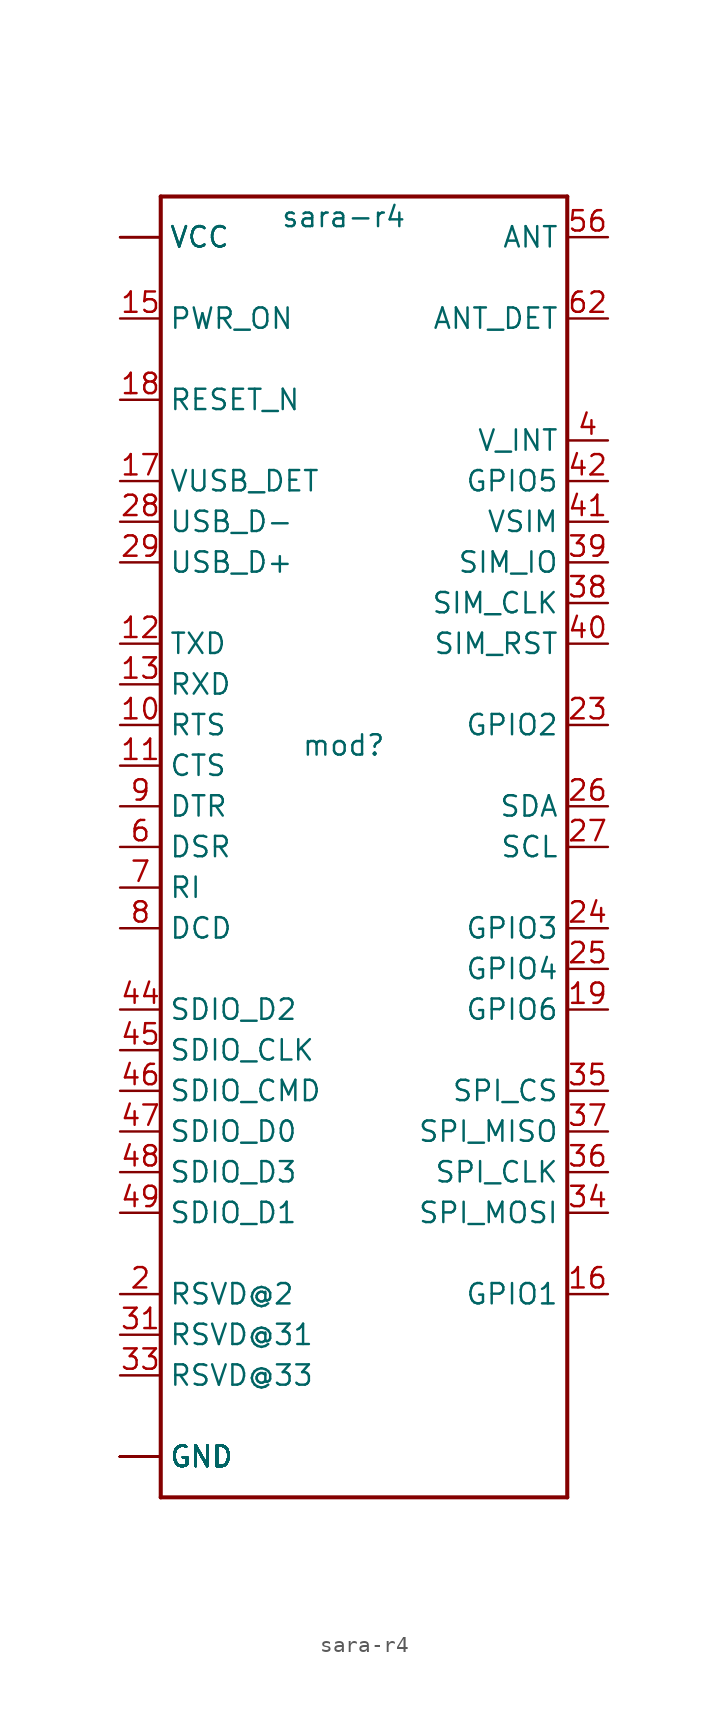
<source format=kicad_sym>
(kicad_symbol_lib
  (version 20201005)
  (generator kicad_symbol_editor)
  (symbol "modulles:sara-r4"
    (property "Reference" "mod"
      (at 0 0 0)
      (effects (font (size 1.27 1.27))))
    (property "Value" "sara-r4"
      (at 0 33.02 0)
      (effects (font (size 1.27 1.27))))
    (symbol "sara-r4_1_0"
      (polyline (pts (xy -11.43 -46.99) (xy 13.97 -46.99)) (stroke (width 0.254)) (fill (type none)))
      (polyline (pts (xy -11.43 34.29) (xy -11.43 -46.99)) (stroke (width 0.254)) (fill (type none)))
      (polyline (pts (xy 13.97 -46.99) (xy 13.97 34.29)) (stroke (width 0.254)) (fill (type none)))
      (polyline (pts (xy 13.97 34.29) (xy -11.43 34.29)) (stroke (width 0.254)) (fill (type none)))
      (pin bidirectional line (at -13.97 -44.45 0) (length 2.54) (name "GND" (effects (font (size 1.27 1.27)))) (number "1" (effects (font (size 0 0)))))
      (pin bidirectional line (at -13.97 1.27 0) (length 2.54) (name "RTS" (effects (font (size 1.27 1.27)))) (number "10" (effects (font (size 1.27 1.27)))))
      (pin bidirectional line (at -13.97 -1.27 0) (length 2.54) (name "CTS" (effects (font (size 1.27 1.27)))) (number "11" (effects (font (size 1.27 1.27)))))
      (pin bidirectional line (at -13.97 6.35 0) (length 2.54) (name "TXD" (effects (font (size 1.27 1.27)))) (number "12" (effects (font (size 1.27 1.27)))))
      (pin bidirectional line (at -13.97 3.81 0) (length 2.54) (name "RXD" (effects (font (size 1.27 1.27)))) (number "13" (effects (font (size 1.27 1.27)))))
      (pin bidirectional line (at -13.97 -44.45 0) (length 2.54) (name "GND" (effects (font (size 1.27 1.27)))) (number "14" (effects (font (size 0 0)))))
      (pin bidirectional line (at -13.97 26.67 0) (length 2.54) (name "PWR_ON" (effects (font (size 1.27 1.27)))) (number "15" (effects (font (size 1.27 1.27)))))
      (pin bidirectional line (at 16.51 -34.29 180) (length 2.54) (name "GPIO1" (effects (font (size 1.27 1.27)))) (number "16" (effects (font (size 1.27 1.27)))))
      (pin bidirectional line (at -13.97 16.51 0) (length 2.54) (name "VUSB_DET" (effects (font (size 1.27 1.27)))) (number "17" (effects (font (size 1.27 1.27)))))
      (pin bidirectional line (at -13.97 21.59 0) (length 2.54) (name "RESET_N" (effects (font (size 1.27 1.27)))) (number "18" (effects (font (size 1.27 1.27)))))
      (pin bidirectional line (at 16.51 -16.51 180) (length 2.54) (name "GPIO6" (effects (font (size 1.27 1.27)))) (number "19" (effects (font (size 1.27 1.27)))))
      (pin bidirectional line (at -13.97 -34.29 0) (length 2.54) (name "RSVD@2" (effects (font (size 1.27 1.27)))) (number "2" (effects (font (size 1.27 1.27)))))
      (pin bidirectional line (at -13.97 -44.45 0) (length 2.54) (name "GND" (effects (font (size 1.27 1.27)))) (number "20" (effects (font (size 0 0)))))
      (pin bidirectional line (at -13.97 -44.45 0) (length 2.54) (name "GND" (effects (font (size 1.27 1.27)))) (number "21" (effects (font (size 0 0)))))
      (pin bidirectional line (at -13.97 -44.45 0) (length 2.54) (name "GND" (effects (font (size 1.27 1.27)))) (number "22" (effects (font (size 0 0)))))
      (pin bidirectional line (at 16.51 1.27 180) (length 2.54) (name "GPIO2" (effects (font (size 1.27 1.27)))) (number "23" (effects (font (size 1.27 1.27)))))
      (pin bidirectional line (at 16.51 -11.43 180) (length 2.54) (name "GPIO3" (effects (font (size 1.27 1.27)))) (number "24" (effects (font (size 1.27 1.27)))))
      (pin bidirectional line (at 16.51 -13.97 180) (length 2.54) (name "GPIO4" (effects (font (size 1.27 1.27)))) (number "25" (effects (font (size 1.27 1.27)))))
      (pin bidirectional line (at 16.51 -3.81 180) (length 2.54) (name "SDA" (effects (font (size 1.27 1.27)))) (number "26" (effects (font (size 1.27 1.27)))))
      (pin bidirectional line (at 16.51 -6.35 180) (length 2.54) (name "SCL" (effects (font (size 1.27 1.27)))) (number "27" (effects (font (size 1.27 1.27)))))
      (pin bidirectional line (at -13.97 13.97 0) (length 2.54) (name "USB_D-" (effects (font (size 1.27 1.27)))) (number "28" (effects (font (size 1.27 1.27)))))
      (pin bidirectional line (at -13.97 11.43 0) (length 2.54) (name "USB_D+" (effects (font (size 1.27 1.27)))) (number "29" (effects (font (size 1.27 1.27)))))
      (pin bidirectional line (at -13.97 -44.45 0) (length 2.54) (name "GND" (effects (font (size 1.27 1.27)))) (number "3" (effects (font (size 0 0)))))
      (pin bidirectional line (at -13.97 -44.45 0) (length 2.54) (name "GND" (effects (font (size 1.27 1.27)))) (number "30" (effects (font (size 0 0)))))
      (pin bidirectional line (at -13.97 -36.83 0) (length 2.54) (name "RSVD@31" (effects (font (size 1.27 1.27)))) (number "31" (effects (font (size 1.27 1.27)))))
      (pin bidirectional line (at -13.97 -44.45 0) (length 2.54) (name "GND" (effects (font (size 1.27 1.27)))) (number "32" (effects (font (size 0 0)))))
      (pin bidirectional line (at -13.97 -39.37 0) (length 2.54) (name "RSVD@33" (effects (font (size 1.27 1.27)))) (number "33" (effects (font (size 1.27 1.27)))))
      (pin bidirectional line (at 16.51 -29.21 180) (length 2.54) (name "SPI_MOSI" (effects (font (size 1.27 1.27)))) (number "34" (effects (font (size 1.27 1.27)))))
      (pin bidirectional line (at 16.51 -21.59 180) (length 2.54) (name "SPI_CS" (effects (font (size 1.27 1.27)))) (number "35" (effects (font (size 1.27 1.27)))))
      (pin bidirectional line (at 16.51 -26.67 180) (length 2.54) (name "SPI_CLK" (effects (font (size 1.27 1.27)))) (number "36" (effects (font (size 1.27 1.27)))))
      (pin bidirectional line (at 16.51 -24.13 180) (length 2.54) (name "SPI_MISO" (effects (font (size 1.27 1.27)))) (number "37" (effects (font (size 1.27 1.27)))))
      (pin bidirectional line (at 16.51 8.89 180) (length 2.54) (name "SIM_CLK" (effects (font (size 1.27 1.27)))) (number "38" (effects (font (size 1.27 1.27)))))
      (pin bidirectional line (at 16.51 11.43 180) (length 2.54) (name "SIM_IO" (effects (font (size 1.27 1.27)))) (number "39" (effects (font (size 1.27 1.27)))))
      (pin bidirectional line (at 16.51 19.05 180) (length 2.54) (name "V_INT" (effects (font (size 1.27 1.27)))) (number "4" (effects (font (size 1.27 1.27)))))
      (pin bidirectional line (at 16.51 6.35 180) (length 2.54) (name "SIM_RST" (effects (font (size 1.27 1.27)))) (number "40" (effects (font (size 1.27 1.27)))))
      (pin bidirectional line (at 16.51 13.97 180) (length 2.54) (name "VSIM" (effects (font (size 1.27 1.27)))) (number "41" (effects (font (size 1.27 1.27)))))
      (pin bidirectional line (at 16.51 16.51 180) (length 2.54) (name "GPIO5" (effects (font (size 1.27 1.27)))) (number "42" (effects (font (size 1.27 1.27)))))
      (pin bidirectional line (at -13.97 -44.45 0) (length 2.54) (name "GND" (effects (font (size 1.27 1.27)))) (number "43" (effects (font (size 0 0)))))
      (pin bidirectional line (at -13.97 -16.51 0) (length 2.54) (name "SDIO_D2" (effects (font (size 1.27 1.27)))) (number "44" (effects (font (size 1.27 1.27)))))
      (pin bidirectional line (at -13.97 -19.05 0) (length 2.54) (name "SDIO_CLK" (effects (font (size 1.27 1.27)))) (number "45" (effects (font (size 1.27 1.27)))))
      (pin bidirectional line (at -13.97 -21.59 0) (length 2.54) (name "SDIO_CMD" (effects (font (size 1.27 1.27)))) (number "46" (effects (font (size 1.27 1.27)))))
      (pin bidirectional line (at -13.97 -24.13 0) (length 2.54) (name "SDIO_D0" (effects (font (size 1.27 1.27)))) (number "47" (effects (font (size 1.27 1.27)))))
      (pin bidirectional line (at -13.97 -26.67 0) (length 2.54) (name "SDIO_D3" (effects (font (size 1.27 1.27)))) (number "48" (effects (font (size 1.27 1.27)))))
      (pin bidirectional line (at -13.97 -29.21 0) (length 2.54) (name "SDIO_D1" (effects (font (size 1.27 1.27)))) (number "49" (effects (font (size 1.27 1.27)))))
      (pin bidirectional line (at -13.97 -44.45 0) (length 2.54) (name "GND" (effects (font (size 1.27 1.27)))) (number "5" (effects (font (size 0 0)))))
      (pin bidirectional line (at -13.97 -44.45 0) (length 2.54) (name "GND" (effects (font (size 1.27 1.27)))) (number "50" (effects (font (size 0 0)))))
      (pin bidirectional line (at -13.97 31.75 0) (length 2.54) (name "VCC" (effects (font (size 1.27 1.27)))) (number "51" (effects (font (size 0 0)))))
      (pin bidirectional line (at -13.97 31.75 0) (length 2.54) (name "VCC" (effects (font (size 1.27 1.27)))) (number "52" (effects (font (size 0 0)))))
      (pin bidirectional line (at -13.97 31.75 0) (length 2.54) (name "VCC" (effects (font (size 1.27 1.27)))) (number "53" (effects (font (size 0 0)))))
      (pin bidirectional line (at -13.97 -44.45 0) (length 2.54) (name "GND" (effects (font (size 1.27 1.27)))) (number "54" (effects (font (size 0 0)))))
      (pin bidirectional line (at -13.97 -44.45 0) (length 2.54) (name "GND" (effects (font (size 1.27 1.27)))) (number "55" (effects (font (size 0 0)))))
      (pin bidirectional line (at 16.51 31.75 180) (length 2.54) (name "ANT" (effects (font (size 1.27 1.27)))) (number "56" (effects (font (size 1.27 1.27)))))
      (pin bidirectional line (at -13.97 -44.45 0) (length 2.54) (name "GND" (effects (font (size 1.27 1.27)))) (number "57" (effects (font (size 0 0)))))
      (pin bidirectional line (at -13.97 -44.45 0) (length 2.54) (name "GND" (effects (font (size 1.27 1.27)))) (number "58" (effects (font (size 0 0)))))
      (pin bidirectional line (at -13.97 -44.45 0) (length 2.54) (name "GND" (effects (font (size 1.27 1.27)))) (number "59" (effects (font (size 0 0)))))
      (pin bidirectional line (at -13.97 -6.35 0) (length 2.54) (name "DSR" (effects (font (size 1.27 1.27)))) (number "6" (effects (font (size 1.27 1.27)))))
      (pin bidirectional line (at -13.97 -44.45 0) (length 2.54) (name "GND" (effects (font (size 1.27 1.27)))) (number "60" (effects (font (size 0 0)))))
      (pin bidirectional line (at -13.97 -44.45 0) (length 2.54) (name "GND" (effects (font (size 1.27 1.27)))) (number "61" (effects (font (size 0 0)))))
      (pin bidirectional line (at 16.51 26.67 180) (length 2.54) (name "ANT_DET" (effects (font (size 1.27 1.27)))) (number "62" (effects (font (size 1.27 1.27)))))
      (pin bidirectional line (at -13.97 -44.45 0) (length 2.54) (name "GND" (effects (font (size 1.27 1.27)))) (number "63" (effects (font (size 0 0)))))
      (pin bidirectional line (at -13.97 -44.45 0) (length 2.54) (name "GND" (effects (font (size 1.27 1.27)))) (number "64" (effects (font (size 0 0)))))
      (pin bidirectional line (at -13.97 -44.45 0) (length 2.54) (name "GND" (effects (font (size 1.27 1.27)))) (number "65" (effects (font (size 0 0)))))
      (pin bidirectional line (at -13.97 -44.45 0) (length 2.54) (name "GND" (effects (font (size 1.27 1.27)))) (number "66" (effects (font (size 0 0)))))
      (pin bidirectional line (at -13.97 -44.45 0) (length 2.54) (name "GND" (effects (font (size 1.27 1.27)))) (number "67" (effects (font (size 0 0)))))
      (pin bidirectional line (at -13.97 -44.45 0) (length 2.54) (name "GND" (effects (font (size 1.27 1.27)))) (number "68" (effects (font (size 0 0)))))
      (pin bidirectional line (at -13.97 -44.45 0) (length 2.54) (name "GND" (effects (font (size 1.27 1.27)))) (number "69" (effects (font (size 0 0)))))
      (pin bidirectional line (at -13.97 -8.89 0) (length 2.54) (name "RI" (effects (font (size 1.27 1.27)))) (number "7" (effects (font (size 1.27 1.27)))))
      (pin bidirectional line (at -13.97 -44.45 0) (length 2.54) (name "GND" (effects (font (size 1.27 1.27)))) (number "70" (effects (font (size 0 0)))))
      (pin bidirectional line (at -13.97 -44.45 0) (length 2.54) (name "GND" (effects (font (size 1.27 1.27)))) (number "71" (effects (font (size 0 0)))))
      (pin bidirectional line (at -13.97 -44.45 0) (length 2.54) (name "GND" (effects (font (size 1.27 1.27)))) (number "72" (effects (font (size 0 0)))))
      (pin bidirectional line (at -13.97 -44.45 0) (length 2.54) (name "GND" (effects (font (size 1.27 1.27)))) (number "73" (effects (font (size 0 0)))))
      (pin bidirectional line (at -13.97 -44.45 0) (length 2.54) (name "GND" (effects (font (size 1.27 1.27)))) (number "74" (effects (font (size 0 0)))))
      (pin bidirectional line (at -13.97 -44.45 0) (length 2.54) (name "GND" (effects (font (size 1.27 1.27)))) (number "75" (effects (font (size 0 0)))))
      (pin bidirectional line (at -13.97 -44.45 0) (length 2.54) (name "GND" (effects (font (size 1.27 1.27)))) (number "76" (effects (font (size 0 0)))))
      (pin bidirectional line (at -13.97 -44.45 0) (length 2.54) (name "GND" (effects (font (size 1.27 1.27)))) (number "77" (effects (font (size 0 0)))))
      (pin bidirectional line (at -13.97 -44.45 0) (length 2.54) (name "GND" (effects (font (size 1.27 1.27)))) (number "78" (effects (font (size 0 0)))))
      (pin bidirectional line (at -13.97 -44.45 0) (length 2.54) (name "GND" (effects (font (size 1.27 1.27)))) (number "79" (effects (font (size 0 0)))))
      (pin bidirectional line (at -13.97 -11.43 0) (length 2.54) (name "DCD" (effects (font (size 1.27 1.27)))) (number "8" (effects (font (size 1.27 1.27)))))
      (pin bidirectional line (at -13.97 -44.45 0) (length 2.54) (name "GND" (effects (font (size 1.27 1.27)))) (number "80" (effects (font (size 0 0)))))
      (pin bidirectional line (at -13.97 -44.45 0) (length 2.54) (name "GND" (effects (font (size 1.27 1.27)))) (number "81" (effects (font (size 0 0)))))
      (pin bidirectional line (at -13.97 -44.45 0) (length 2.54) (name "GND" (effects (font (size 1.27 1.27)))) (number "82" (effects (font (size 0 0)))))
      (pin bidirectional line (at -13.97 -44.45 0) (length 2.54) (name "GND" (effects (font (size 1.27 1.27)))) (number "83" (effects (font (size 0 0)))))
      (pin bidirectional line (at -13.97 -44.45 0) (length 2.54) (name "GND" (effects (font (size 1.27 1.27)))) (number "84" (effects (font (size 0 0)))))
      (pin bidirectional line (at -13.97 -44.45 0) (length 2.54) (name "GND" (effects (font (size 1.27 1.27)))) (number "85" (effects (font (size 0 0)))))
      (pin bidirectional line (at -13.97 -44.45 0) (length 2.54) (name "GND" (effects (font (size 1.27 1.27)))) (number "86" (effects (font (size 0 0)))))
      (pin bidirectional line (at -13.97 -44.45 0) (length 2.54) (name "GND" (effects (font (size 1.27 1.27)))) (number "87" (effects (font (size 0 0)))))
      (pin bidirectional line (at -13.97 -44.45 0) (length 2.54) (name "GND" (effects (font (size 1.27 1.27)))) (number "88" (effects (font (size 0 0)))))
      (pin bidirectional line (at -13.97 -44.45 0) (length 2.54) (name "GND" (effects (font (size 1.27 1.27)))) (number "89" (effects (font (size 0 0)))))
      (pin bidirectional line (at -13.97 -3.81 0) (length 2.54) (name "DTR" (effects (font (size 1.27 1.27)))) (number "9" (effects (font (size 1.27 1.27)))))
      (pin bidirectional line (at -13.97 -44.45 0) (length 2.54) (name "GND" (effects (font (size 1.27 1.27)))) (number "90" (effects (font (size 0 0)))))
      (pin bidirectional line (at -13.97 -44.45 0) (length 2.54) (name "GND" (effects (font (size 1.27 1.27)))) (number "91" (effects (font (size 0 0)))))
      (pin bidirectional line (at -13.97 -44.45 0) (length 2.54) (name "GND" (effects (font (size 1.27 1.27)))) (number "92" (effects (font (size 0 0)))))
      (pin bidirectional line (at -13.97 -44.45 0) (length 2.54) (name "GND" (effects (font (size 1.27 1.27)))) (number "93" (effects (font (size 0 0)))))
      (pin bidirectional line (at -13.97 -44.45 0) (length 2.54) (name "GND" (effects (font (size 1.27 1.27)))) (number "94" (effects (font (size 0 0)))))
      (pin bidirectional line (at -13.97 -44.45 0) (length 2.54) (name "GND" (effects (font (size 1.27 1.27)))) (number "95" (effects (font (size 0 0)))))
      (pin bidirectional line (at -13.97 -44.45 0) (length 2.54) (name "GND" (effects (font (size 1.27 1.27)))) (number "96" (effects (font (size 0 0))))))))
</source>
